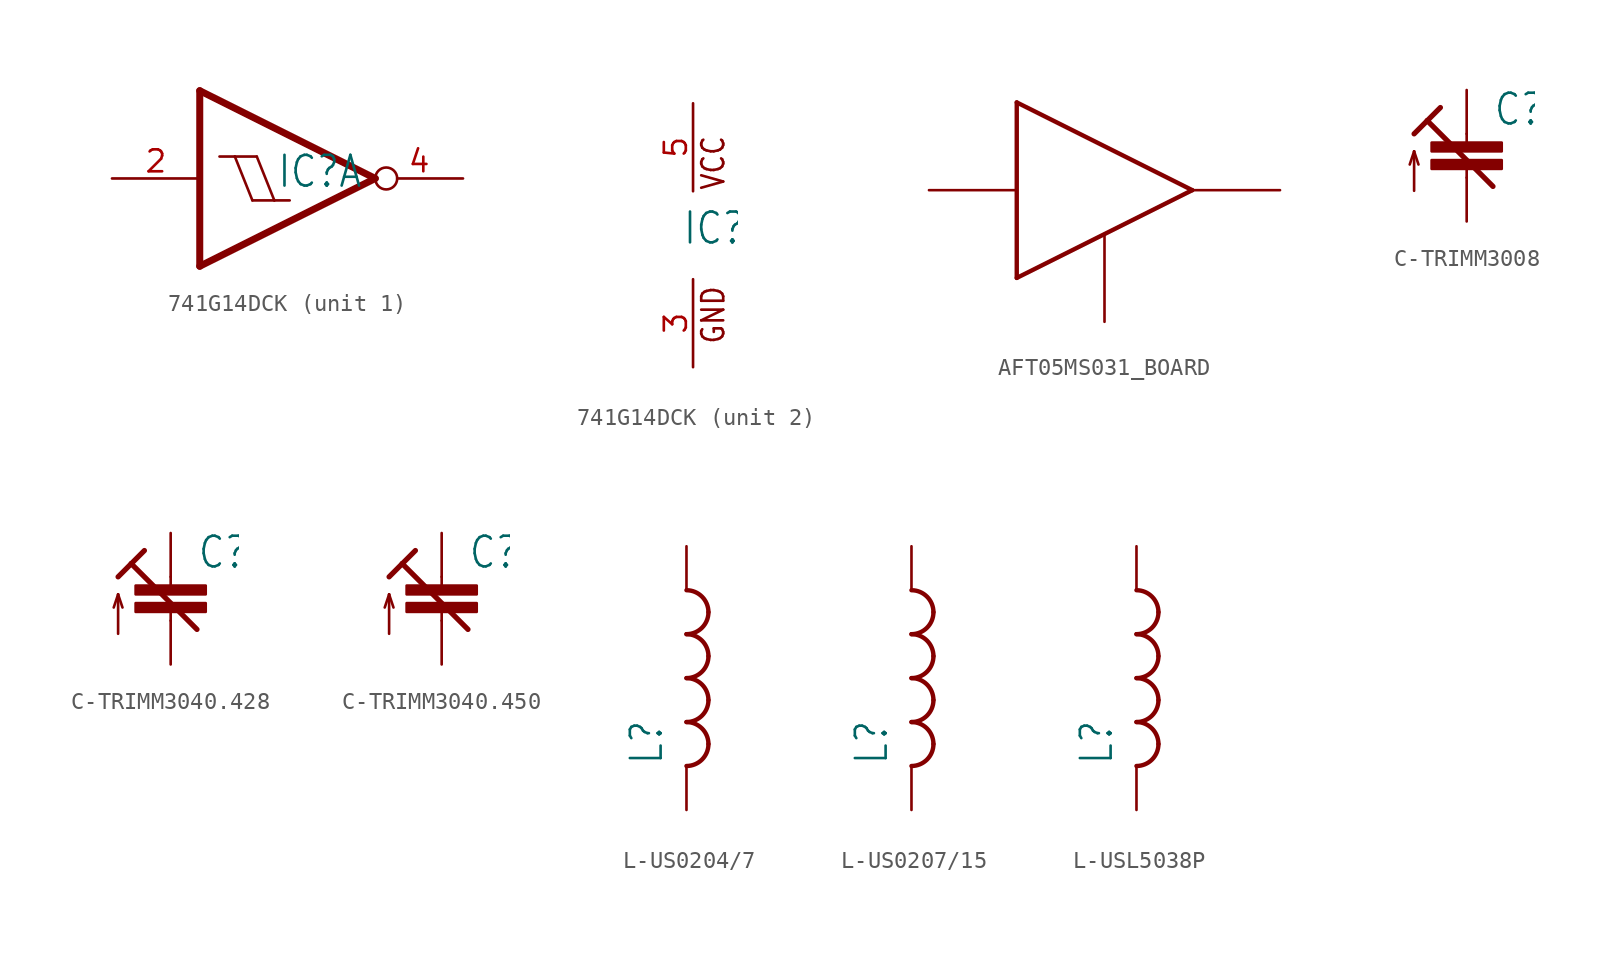
<source format=kicad_sym>
(kicad_symbol_lib
  (version 20231120)
  (generator "kicad_symbol_editor")
  (generator_version "8.0")
  (symbol "741G14DCK"
    (property "Reference" "IC"
      (at -0.635 -0.635 0)
      (effects (font (size 1.778 1.511)) (justify left bottom)))
    (property "ki_locked" ""
      (at 0 0 0)
      (effects (font (size 1.27 1.27))))
    (symbol "741G14DCK_1_0"
      (polyline (pts (xy -5.08 -5.08) (xy -5.08 5.08)) (stroke (width 0.406) (type solid)) (fill (type none)))
      (polyline (pts (xy -5.08 5.08) (xy 5.08 0)) (stroke (width 0.406) (type solid)) (fill (type none)))
      (polyline (pts (xy -3.937 1.27) (xy -3.048 1.27)) (stroke (width 0.152) (type solid)) (fill (type none)))
      (polyline (pts (xy -3.048 1.27) (xy -1.778 1.27)) (stroke (width 0.152) (type solid)) (fill (type none)))
      (polyline (pts (xy -2.032 -1.27) (xy -3.048 1.27)) (stroke (width 0.152) (type solid)) (fill (type none)))
      (polyline (pts (xy -2.032 -1.27) (xy -0.762 -1.27)) (stroke (width 0.152) (type solid)) (fill (type none)))
      (polyline (pts (xy -0.762 -1.27) (xy -1.778 1.27)) (stroke (width 0.152) (type solid)) (fill (type none)))
      (polyline (pts (xy -0.762 -1.27) (xy 0.127 -1.27)) (stroke (width 0.152) (type solid)) (fill (type none)))
      (polyline (pts (xy 5.08 0) (xy -5.08 -5.08)) (stroke (width 0.406) (type solid)) (fill (type none)))
      (pin input line (at -10.16 0 0) (length 5.08) (name "I" (effects (font (size 0 0)))) (number "2" (effects (font (size 1.27 1.27)))))
      (pin output inverted (at 10.16 0 180) (length 5.08) (name "O" (effects (font (size 0 0)))) (number "4" (effects (font (size 1.27 1.27))))))
    (symbol "741G14DCK_2_0"
      (text "GND" (at 1.905 -6.35 900) (effects (font (size 1.27 1.079)) (justify left bottom)))
      (text "VCC" (at 1.905 2.54 900) (effects (font (size 1.27 1.079)) (justify left bottom)))
      (pin power_in line (at 0 -7.62 90) (length 5.08) (name "GND" (effects (font (size 0 0)))) (number "3" (effects (font (size 1.27 1.27)))))
      (pin power_in line (at 0 7.62 270) (length 5.08) (name "VCC" (effects (font (size 0 0)))) (number "5" (effects (font (size 1.27 1.27)))))))
  (symbol "AFT05MS031_BOARD"
    (property "Reference" ""
      (at 0 0 0)
      (effects (font (size 1.27 1.27)) (hide yes)))
    (property "Value" ""
      (at 0 5.08 0)
      (effects (font (size 1.778 1.511)) (justify left bottom)))
    (property "ki_locked" ""
      (at 0 0 0)
      (effects (font (size 1.27 1.27))))
    (symbol "AFT05MS031_BOARD_1_0"
      (polyline (pts (xy -2.54 5.08) (xy -2.54 -5.08)) (stroke (width 0.254) (type solid)) (fill (type none)))
      (polyline (pts (xy -2.54 5.08) (xy 7.62 0)) (stroke (width 0.254) (type solid)) (fill (type none)))
      (polyline (pts (xy 7.62 0) (xy -2.54 -5.08)) (stroke (width 0.254) (type solid)) (fill (type none)))
      (pin bidirectional line (at 12.7 0 180) (length 5.08) (name "OUT" (effects (font (size 0 0)))) (number "P$1" (effects (font (size 0 0)))))
      (pin bidirectional line (at -7.62 0 0) (length 5.08) (name "IN" (effects (font (size 0 0)))) (number "P$2" (effects (font (size 0 0)))))
      (pin bidirectional line (at 2.54 -7.62 90) (length 5.08) (name "GND" (effects (font (size 0 0)))) (number "P$3" (effects (font (size 0 0)))))))
  (symbol "C-TRIMM3008"
    (property "Reference" "C"
      (at 1.524 0.381 0)
      (effects (font (size 1.778 1.511)) (justify left bottom)))
    (property "Value" ""
      (at 2.286 -5.207 0)
      (effects (font (size 1.778 1.511)) (justify left bottom)))
    (property "ki_locked" ""
      (at 0 0 0)
      (effects (font (size 1.27 1.27))))
    (symbol "C-TRIMM3008_1_0"
      (rectangle (start -2.032 -2.032) (end 2.032 -1.524) (stroke (width 0) (type default)) (fill (type outline)))
      (rectangle (start -2.032 -1.016) (end 2.032 -0.508) (stroke (width 0) (type default)) (fill (type outline)))
      (polyline (pts (xy -3.048 -3.302) (xy -3.048 -1.016)) (stroke (width 0.152) (type solid)) (fill (type none)))
      (polyline (pts (xy -3.048 -1.016) (xy -3.302 -1.778)) (stroke (width 0.152) (type solid)) (fill (type none)))
      (polyline (pts (xy -3.048 -1.016) (xy -2.794 -1.778)) (stroke (width 0.152) (type solid)) (fill (type none)))
      (polyline (pts (xy -3.048 0) (xy -2.286 0.762)) (stroke (width 0.305) (type solid)) (fill (type none)))
      (polyline (pts (xy -2.286 0.762) (xy -1.524 1.524)) (stroke (width 0.305) (type solid)) (fill (type none)))
      (polyline (pts (xy 0 -2.54) (xy 0 -2.032)) (stroke (width 0.152) (type solid)) (fill (type none)))
      (polyline (pts (xy 0 0) (xy 0 -0.508)) (stroke (width 0.152) (type solid)) (fill (type none)))
      (polyline (pts (xy 1.524 -3.048) (xy -2.286 0.762)) (stroke (width 0.305) (type solid)) (fill (type none)))
      (pin passive line (at 0 2.54 270) (length 2.54) (name "E" (effects (font (size 0 0)))) (number "+" (effects (font (size 0 0)))))
      (pin passive line (at 0 -5.08 90) (length 2.54) (name "A" (effects (font (size 0 0)))) (number "-" (effects (font (size 0 0)))))))
  (symbol "C-TRIMM3040.428"
    (property "Reference" "C"
      (at 1.524 0.381 0)
      (effects (font (size 1.778 1.511)) (justify left bottom)))
    (property "Value" ""
      (at 2.286 -5.207 0)
      (effects (font (size 1.778 1.511)) (justify left bottom)))
    (property "ki_locked" ""
      (at 0 0 0)
      (effects (font (size 1.27 1.27))))
    (symbol "C-TRIMM3040.428_1_0"
      (rectangle (start -2.032 -2.032) (end 2.032 -1.524) (stroke (width 0) (type default)) (fill (type outline)))
      (rectangle (start -2.032 -1.016) (end 2.032 -0.508) (stroke (width 0) (type default)) (fill (type outline)))
      (polyline (pts (xy -3.048 -3.302) (xy -3.048 -1.016)) (stroke (width 0.152) (type solid)) (fill (type none)))
      (polyline (pts (xy -3.048 -1.016) (xy -3.302 -1.778)) (stroke (width 0.152) (type solid)) (fill (type none)))
      (polyline (pts (xy -3.048 -1.016) (xy -2.794 -1.778)) (stroke (width 0.152) (type solid)) (fill (type none)))
      (polyline (pts (xy -3.048 0) (xy -2.286 0.762)) (stroke (width 0.305) (type solid)) (fill (type none)))
      (polyline (pts (xy -2.286 0.762) (xy -1.524 1.524)) (stroke (width 0.305) (type solid)) (fill (type none)))
      (polyline (pts (xy 0 -2.54) (xy 0 -2.032)) (stroke (width 0.152) (type solid)) (fill (type none)))
      (polyline (pts (xy 0 0) (xy 0 -0.508)) (stroke (width 0.152) (type solid)) (fill (type none)))
      (polyline (pts (xy 1.524 -3.048) (xy -2.286 0.762)) (stroke (width 0.305) (type solid)) (fill (type none)))
      (pin passive line (at 0 2.54 270) (length 2.54) (name "E" (effects (font (size 0 0)))) (number "1A" (effects (font (size 0 0)))))
      (pin passive line (at 0 -5.08 90) (length 2.54) (name "A" (effects (font (size 0 0)))) (number "2" (effects (font (size 0 0)))))))
  (symbol "C-TRIMM3040.450"
    (property "Reference" "C"
      (at 1.524 0.381 0)
      (effects (font (size 1.778 1.511)) (justify left bottom)))
    (property "Value" ""
      (at 2.286 -5.207 0)
      (effects (font (size 1.778 1.511)) (justify left bottom)))
    (property "ki_locked" ""
      (at 0 0 0)
      (effects (font (size 1.27 1.27))))
    (symbol "C-TRIMM3040.450_1_0"
      (rectangle (start -2.032 -2.032) (end 2.032 -1.524) (stroke (width 0) (type default)) (fill (type outline)))
      (rectangle (start -2.032 -1.016) (end 2.032 -0.508) (stroke (width 0) (type default)) (fill (type outline)))
      (polyline (pts (xy -3.048 -3.302) (xy -3.048 -1.016)) (stroke (width 0.152) (type solid)) (fill (type none)))
      (polyline (pts (xy -3.048 -1.016) (xy -3.302 -1.778)) (stroke (width 0.152) (type solid)) (fill (type none)))
      (polyline (pts (xy -3.048 -1.016) (xy -2.794 -1.778)) (stroke (width 0.152) (type solid)) (fill (type none)))
      (polyline (pts (xy -3.048 0) (xy -2.286 0.762)) (stroke (width 0.305) (type solid)) (fill (type none)))
      (polyline (pts (xy -2.286 0.762) (xy -1.524 1.524)) (stroke (width 0.305) (type solid)) (fill (type none)))
      (polyline (pts (xy 0 -2.54) (xy 0 -2.032)) (stroke (width 0.152) (type solid)) (fill (type none)))
      (polyline (pts (xy 0 0) (xy 0 -0.508)) (stroke (width 0.152) (type solid)) (fill (type none)))
      (polyline (pts (xy 1.524 -3.048) (xy -2.286 0.762)) (stroke (width 0.305) (type solid)) (fill (type none)))
      (pin passive line (at 0 2.54 270) (length 2.54) (name "E" (effects (font (size 0 0)))) (number "1A" (effects (font (size 0 0)))))
      (pin passive line (at 0 -5.08 90) (length 2.54) (name "A" (effects (font (size 0 0)))) (number "2" (effects (font (size 0 0)))))))
  (symbol "L-US0204/7"
    (property "Reference" "L"
      (at -1.27 -5.08 90)
      (effects (font (size 1.778 1.511)) (justify left bottom)))
    (property "Value" ""
      (at 3.81 -5.08 90)
      (effects (font (size 1.778 1.511)) (justify left bottom)))
    (property "ki_locked" ""
      (at 0 0 0)
      (effects (font (size 1.27 1.27))))
    (symbol "L-US0204/7_1_0"
      (arc (start 0 -5.08) (mid 0.898 -4.708) (end 1.27 -3.81) (stroke (width 0.254) (type solid)) (fill (type none)))
      (arc (start 0 -2.54) (mid 0.898 -2.168) (end 1.27 -1.27) (stroke (width 0.254) (type solid)) (fill (type none)))
      (arc (start 0 0) (mid 0.898 0.372) (end 1.27 1.27) (stroke (width 0.254) (type solid)) (fill (type none)))
      (arc (start 0 2.54) (mid 0.898 2.912) (end 1.27 3.81) (stroke (width 0.254) (type solid)) (fill (type none)))
      (arc (start 1.27 -3.81) (mid 0.898 -2.912) (end 0 -2.54) (stroke (width 0.254) (type solid)) (fill (type none)))
      (arc (start 1.27 -1.27) (mid 0.898 -0.372) (end 0 0) (stroke (width 0.254) (type solid)) (fill (type none)))
      (arc (start 1.27 1.27) (mid 0.898 2.168) (end 0 2.54) (stroke (width 0.254) (type solid)) (fill (type none)))
      (arc (start 1.27 3.81) (mid 0.898 4.708) (end 0 5.08) (stroke (width 0.254) (type solid)) (fill (type none)))
      (pin passive line (at 0 7.62 270) (length 2.54) (name "1" (effects (font (size 0 0)))) (number "1" (effects (font (size 0 0)))))
      (pin passive line (at 0 -7.62 90) (length 2.54) (name "2" (effects (font (size 0 0)))) (number "2" (effects (font (size 0 0)))))))
  (symbol "L-US0207/15"
    (property "Reference" "L"
      (at -1.27 -5.08 90)
      (effects (font (size 1.778 1.511)) (justify left bottom)))
    (property "Value" ""
      (at 3.81 -5.08 90)
      (effects (font (size 1.778 1.511)) (justify left bottom)))
    (property "ki_locked" ""
      (at 0 0 0)
      (effects (font (size 1.27 1.27))))
    (symbol "L-US0207/15_1_0"
      (arc (start 0 -5.08) (mid 0.898 -4.708) (end 1.27 -3.81) (stroke (width 0.254) (type solid)) (fill (type none)))
      (arc (start 0 -2.54) (mid 0.898 -2.168) (end 1.27 -1.27) (stroke (width 0.254) (type solid)) (fill (type none)))
      (arc (start 0 0) (mid 0.898 0.372) (end 1.27 1.27) (stroke (width 0.254) (type solid)) (fill (type none)))
      (arc (start 0 2.54) (mid 0.898 2.912) (end 1.27 3.81) (stroke (width 0.254) (type solid)) (fill (type none)))
      (arc (start 1.27 -3.81) (mid 0.898 -2.912) (end 0 -2.54) (stroke (width 0.254) (type solid)) (fill (type none)))
      (arc (start 1.27 -1.27) (mid 0.898 -0.372) (end 0 0) (stroke (width 0.254) (type solid)) (fill (type none)))
      (arc (start 1.27 1.27) (mid 0.898 2.168) (end 0 2.54) (stroke (width 0.254) (type solid)) (fill (type none)))
      (arc (start 1.27 3.81) (mid 0.898 4.708) (end 0 5.08) (stroke (width 0.254) (type solid)) (fill (type none)))
      (pin passive line (at 0 7.62 270) (length 2.54) (name "1" (effects (font (size 0 0)))) (number "1" (effects (font (size 0 0)))))
      (pin passive line (at 0 -7.62 90) (length 2.54) (name "2" (effects (font (size 0 0)))) (number "2" (effects (font (size 0 0)))))))
  (symbol "L-USL5038P"
    (property "Reference" "L"
      (at -1.27 -5.08 90)
      (effects (font (size 1.778 1.511)) (justify left bottom)))
    (property "Value" ""
      (at 3.81 -5.08 90)
      (effects (font (size 1.778 1.511)) (justify left bottom)))
    (property "ki_locked" ""
      (at 0 0 0)
      (effects (font (size 1.27 1.27))))
    (symbol "L-USL5038P_1_0"
      (arc (start 0 -5.08) (mid 0.898 -4.708) (end 1.27 -3.81) (stroke (width 0.254) (type solid)) (fill (type none)))
      (arc (start 0 -2.54) (mid 0.898 -2.168) (end 1.27 -1.27) (stroke (width 0.254) (type solid)) (fill (type none)))
      (arc (start 0 0) (mid 0.898 0.372) (end 1.27 1.27) (stroke (width 0.254) (type solid)) (fill (type none)))
      (arc (start 0 2.54) (mid 0.898 2.912) (end 1.27 3.81) (stroke (width 0.254) (type solid)) (fill (type none)))
      (arc (start 1.27 -3.81) (mid 0.898 -2.912) (end 0 -2.54) (stroke (width 0.254) (type solid)) (fill (type none)))
      (arc (start 1.27 -1.27) (mid 0.898 -0.372) (end 0 0) (stroke (width 0.254) (type solid)) (fill (type none)))
      (arc (start 1.27 1.27) (mid 0.898 2.168) (end 0 2.54) (stroke (width 0.254) (type solid)) (fill (type none)))
      (arc (start 1.27 3.81) (mid 0.898 4.708) (end 0 5.08) (stroke (width 0.254) (type solid)) (fill (type none)))
      (pin passive line (at 0 7.62 270) (length 2.54) (name "1" (effects (font (size 0 0)))) (number "1" (effects (font (size 0 0)))))
      (pin passive line (at 0 -7.62 90) (length 2.54) (name "2" (effects (font (size 0 0)))) (number "2" (effects (font (size 0 0))))))))
</source>
